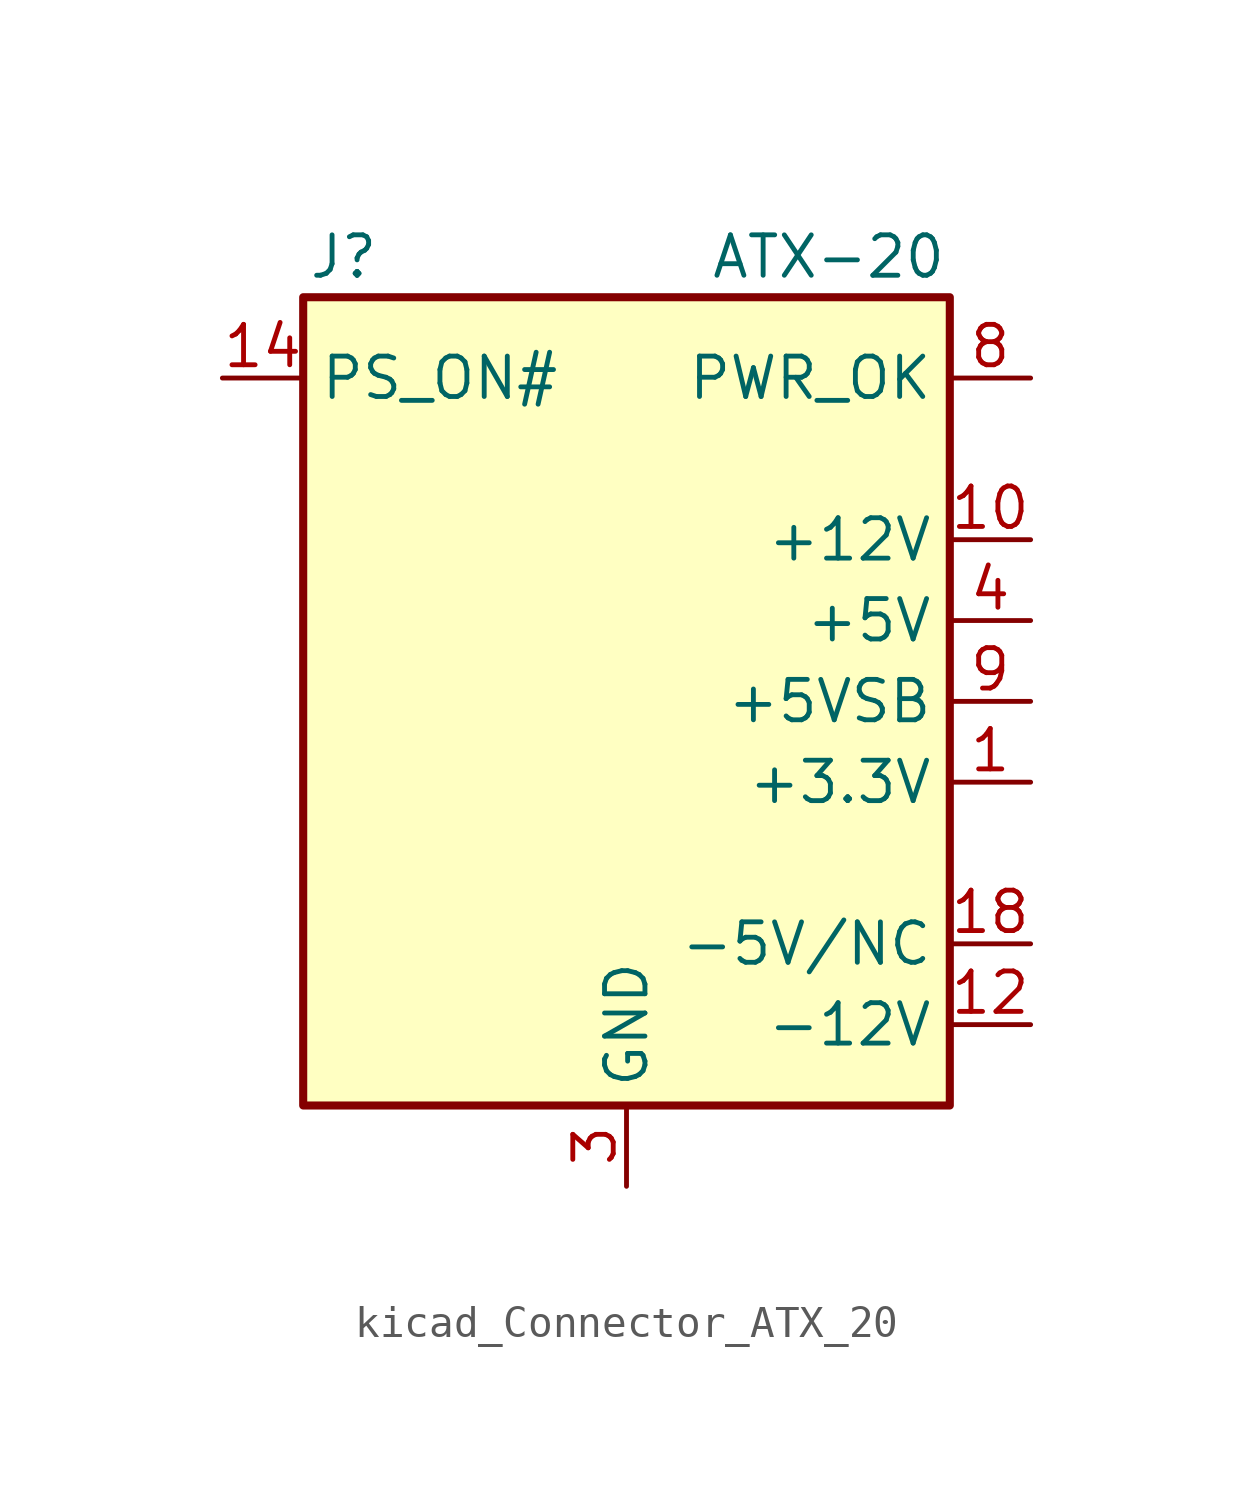
<source format=kicad_sym>
(kicad_symbol_lib
  (version 20220914)
  (generator kicad_symbol_editor)
  (symbol "kicad_Connector_ATX_20"
    (property "Reference" "J"
      (at -8.89 13.97 0)
      (effects (font (size 1.27 1.27))))
    (property "Value" "ATX-20"
      (at 6.35 13.97 0)
      (effects (font (size 1.27 1.27))))
    (symbol "kicad_Connector_ATX_20_0_1"
      (rectangle (start -10.16 12.7) (end 10.16 -12.7) (stroke (width 0.254) (type default)) (fill (type background))))
    (symbol "kicad_Connector_ATX_20_1_1"
      (pin power_out line (at 12.7 -2.54 180) (length 2.54) (name "+3.3V" (effects (font (size 1.27 1.27)))) (number "1" (effects (font (size 1.27 1.27)))))
      (pin power_out line (at 12.7 5.08 180) (length 2.54) (name "+12V" (effects (font (size 1.27 1.27)))) (number "10" (effects (font (size 1.27 1.27)))))
      (pin passive line (at 12.7 -2.54 180) (length 2.54) hide (name "+3.3V" (effects (font (size 1.27 1.27)))) (number "11" (effects (font (size 1.27 1.27)))))
      (pin power_out line (at 12.7 -10.16 180) (length 2.54) (name "-12V" (effects (font (size 1.27 1.27)))) (number "12" (effects (font (size 1.27 1.27)))))
      (pin passive line (at 0 -15.24 90) (length 2.54) hide (name "GND" (effects (font (size 1.27 1.27)))) (number "13" (effects (font (size 1.27 1.27)))))
      (pin open_collector line (at -12.7 10.16 0) (length 2.54) (name "PS_ON#" (effects (font (size 1.27 1.27)))) (number "14" (effects (font (size 1.27 1.27)))))
      (pin passive line (at 0 -15.24 90) (length 2.54) hide (name "GND" (effects (font (size 1.27 1.27)))) (number "15" (effects (font (size 1.27 1.27)))))
      (pin passive line (at 0 -15.24 90) (length 2.54) hide (name "GND" (effects (font (size 1.27 1.27)))) (number "16" (effects (font (size 1.27 1.27)))))
      (pin passive line (at 0 -15.24 90) (length 2.54) hide (name "GND" (effects (font (size 1.27 1.27)))) (number "17" (effects (font (size 1.27 1.27)))))
      (pin power_out line (at 12.7 -7.62 180) (length 2.54) (name "-5V/NC" (effects (font (size 1.27 1.27)))) (number "18" (effects (font (size 1.27 1.27)))))
      (pin passive line (at 12.7 2.54 180) (length 2.54) hide (name "+5V" (effects (font (size 1.27 1.27)))) (number "19" (effects (font (size 1.27 1.27)))))
      (pin passive line (at 12.7 -2.54 180) (length 2.54) hide (name "+3.3V" (effects (font (size 1.27 1.27)))) (number "2" (effects (font (size 1.27 1.27)))))
      (pin passive line (at 12.7 2.54 180) (length 2.54) hide (name "+5V" (effects (font (size 1.27 1.27)))) (number "20" (effects (font (size 1.27 1.27)))))
      (pin power_out line (at 0 -15.24 90) (length 2.54) (name "GND" (effects (font (size 1.27 1.27)))) (number "3" (effects (font (size 1.27 1.27)))))
      (pin power_out line (at 12.7 2.54 180) (length 2.54) (name "+5V" (effects (font (size 1.27 1.27)))) (number "4" (effects (font (size 1.27 1.27)))))
      (pin passive line (at 0 -15.24 90) (length 2.54) hide (name "GND" (effects (font (size 1.27 1.27)))) (number "5" (effects (font (size 1.27 1.27)))))
      (pin passive line (at 12.7 2.54 180) (length 2.54) hide (name "+5V" (effects (font (size 1.27 1.27)))) (number "6" (effects (font (size 1.27 1.27)))))
      (pin passive line (at 0 -15.24 90) (length 2.54) hide (name "GND" (effects (font (size 1.27 1.27)))) (number "7" (effects (font (size 1.27 1.27)))))
      (pin output line (at 12.7 10.16 180) (length 2.54) (name "PWR_OK" (effects (font (size 1.27 1.27)))) (number "8" (effects (font (size 1.27 1.27)))))
      (pin power_out line (at 12.7 0 180) (length 2.54) (name "+5VSB" (effects (font (size 1.27 1.27)))) (number "9" (effects (font (size 1.27 1.27))))))))
</source>
